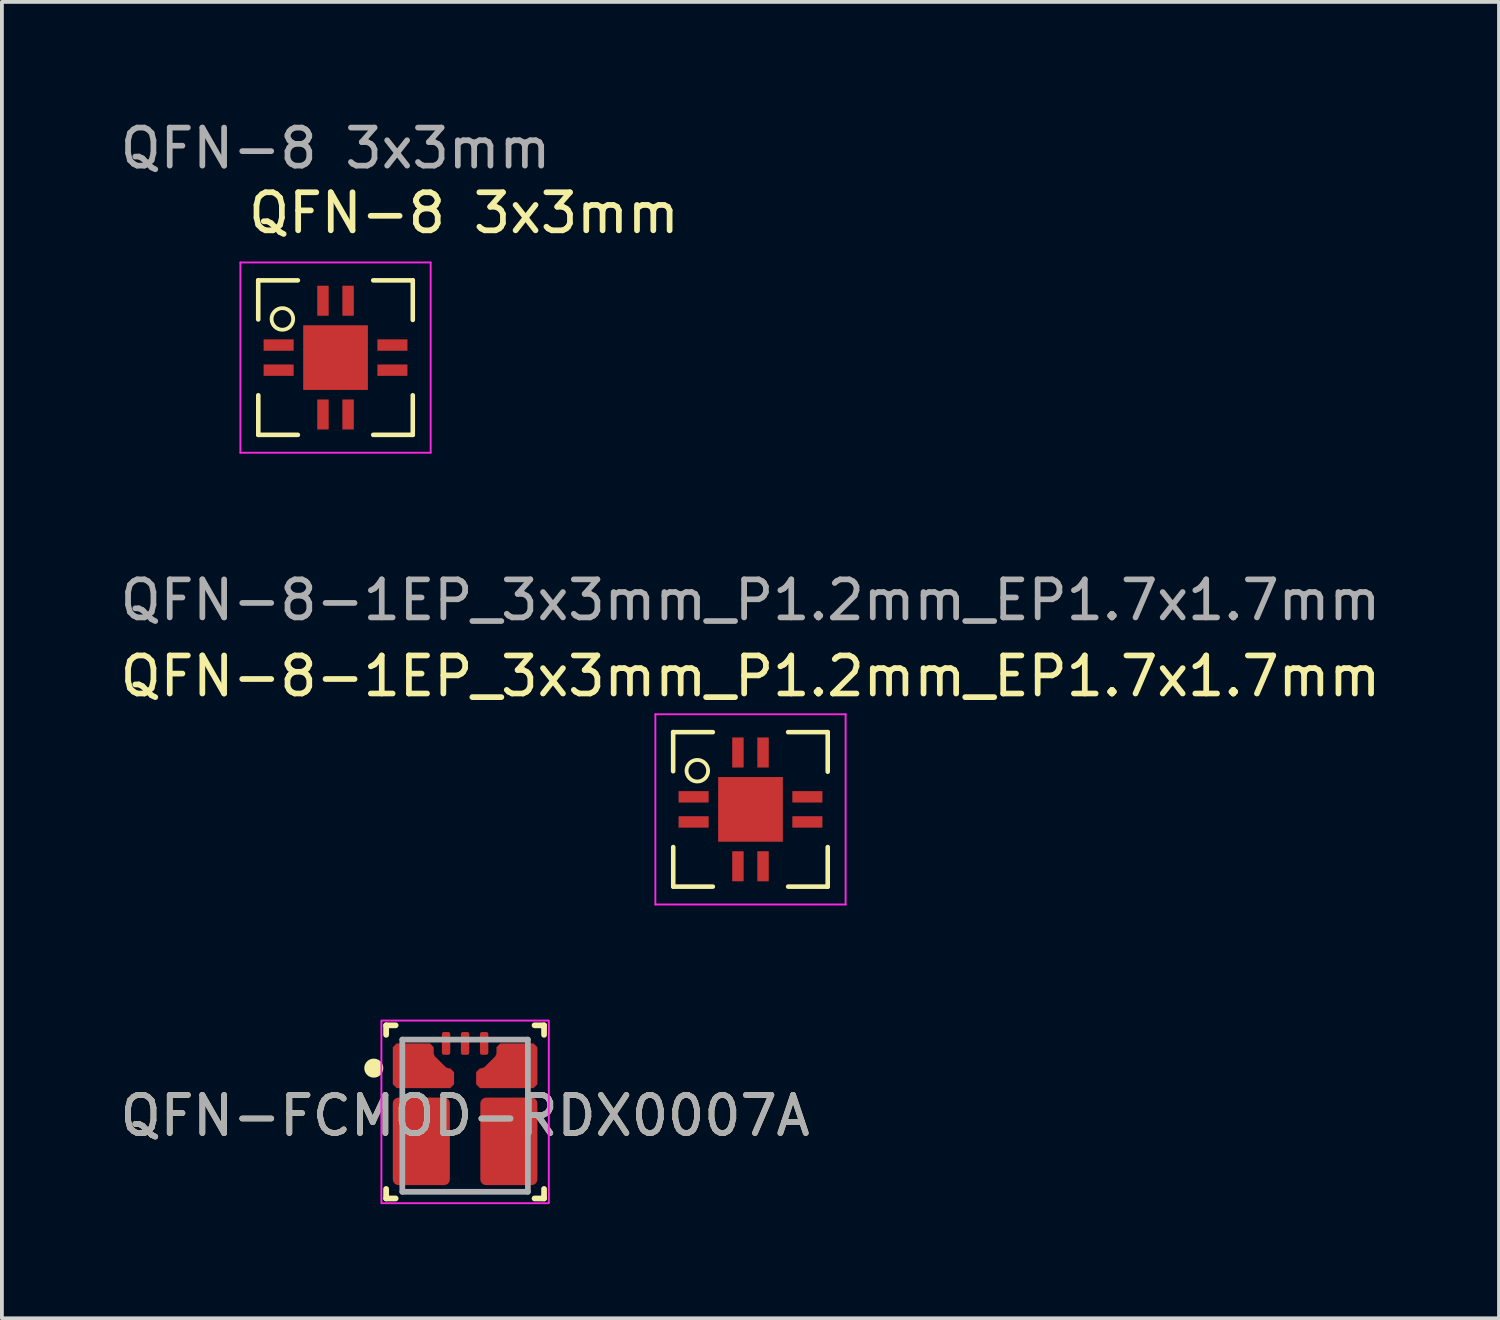
<source format=kicad_pcb>
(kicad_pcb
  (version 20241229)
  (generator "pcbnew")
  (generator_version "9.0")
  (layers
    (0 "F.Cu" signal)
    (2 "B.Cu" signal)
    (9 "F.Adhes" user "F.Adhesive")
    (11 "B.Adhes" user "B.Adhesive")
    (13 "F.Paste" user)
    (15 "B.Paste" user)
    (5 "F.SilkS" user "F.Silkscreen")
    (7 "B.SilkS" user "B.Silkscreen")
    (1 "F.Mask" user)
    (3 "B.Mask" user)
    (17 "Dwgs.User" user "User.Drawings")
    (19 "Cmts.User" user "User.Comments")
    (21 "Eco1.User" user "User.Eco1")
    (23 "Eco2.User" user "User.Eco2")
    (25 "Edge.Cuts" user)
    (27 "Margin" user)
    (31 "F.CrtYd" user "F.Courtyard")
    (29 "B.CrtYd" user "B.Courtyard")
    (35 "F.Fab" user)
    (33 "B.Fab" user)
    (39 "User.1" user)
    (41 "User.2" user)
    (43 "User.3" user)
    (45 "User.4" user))
  (footprint "QFN-8-1EP_3x3mm_P1.2mm_EP1.7x1.7mm"
    (layer "F.Cu")
    (at 16.673 18.221)
    (property "Reference" "QFN-8-1EP_3x3mm_P1.2mm_EP1.7x1.7mm" (at 0 -3.5 0) (layer "F.SilkS") (effects (font (size 1 1) (thickness 0.15))))
    (attr smd)
    (fp_line (start -2.032 -2.032) (end -2.032 -1.003) (stroke (width 0.12) (type default)) (layer "F.SilkS"))
    (fp_line (start -2.03 2.03) (end -2.03 0.99) (stroke (width 0.12) (type default)) (layer "F.SilkS"))
    (fp_line (start -0.99 -2.03) (end -2.032 -2.03) (stroke (width 0.12) (type default)) (layer "F.SilkS"))
    (fp_line (start -0.99 2.03) (end -2.03 2.03) (stroke (width 0.12) (type default)) (layer "F.SilkS"))
    (fp_line (start 0.99 -2.03) (end 2.03 -2.03) (stroke (width 0.12) (type default)) (layer "F.SilkS"))
    (fp_line (start 0.99 2.03) (end 2.03 2.03) (stroke (width 0.12) (type default)) (layer "F.SilkS"))
    (fp_line (start 2.03 -2.03) (end 2.03 -0.99) (stroke (width 0.12) (type default)) (layer "F.SilkS"))
    (fp_line (start 2.03 2.03) (end 2.03 0.99) (stroke (width 0.12) (type default)) (layer "F.SilkS"))
    (fp_circle (center -1.397 -1.016) (end -1.651 -1.143) (stroke (width 0.1) (type default)) (fill no) (layer "F.SilkS"))
    (fp_line (start -2.5 -2.5) (end 2.5 -2.5) (stroke (width 0.05) (type default)) (layer "F.CrtYd"))
    (fp_line (start -2.5 2.5) (end -2.5 -2.5) (stroke (width 0.05) (type default)) (layer "F.CrtYd"))
    (fp_line (start 2.5 -2.5) (end 2.5 2.5) (stroke (width 0.05) (type default)) (layer "F.CrtYd"))
    (fp_line (start 2.5 2.5) (end -2.5 2.5) (stroke (width 0.05) (type default)) (layer "F.CrtYd"))
    (fp_text user "${REFERENCE}" (at 0 -5.5 0) (layer "F.Fab") (effects (font (size 1 1) (thickness 0.15))))
    (pad "" smd rect (at -0.637 -0.637) (size 0.000001 0.000001) (layers "F.Paste"))
    (pad "" smd rect (at -0.637 -0.212) (size 0.000001 0.000001) (layers "F.Paste"))
    (pad "" smd rect (at -0.637 0.212) (size 0.000001 0.000001) (layers "F.Paste"))
    (pad "" smd rect (at -0.637 0.637) (size 0.000001 0.000001) (layers "F.Paste"))
    (pad "" smd rect (at -0.212 -0.637) (size 0.000001 0.000001) (layers "F.Paste"))
    (pad "" smd rect (at -0.212 -0.212) (size 0.000001 0.000001) (layers "F.Paste"))
    (pad "" smd rect (at -0.212 0.212) (size 0.000001 0.000001) (layers "F.Paste"))
    (pad "" smd rect (at -0.212 0.637) (size 0.000001 0.000001) (layers "F.Paste"))
    (pad "" smd rect (at 0.212 -0.637) (size 0.000001 0.000001) (layers "F.Paste"))
    (pad "" smd rect (at 0.212 -0.212) (size 0.000001 0.000001) (layers "F.Paste"))
    (pad "" smd rect (at 0.212 0.212) (size 0.000001 0.000001) (layers "F.Paste"))
    (pad "" smd rect (at 0.212 0.637) (size 0.000001 0.000001) (layers "F.Paste"))
    (pad "" smd rect (at 0.637 -0.637) (size 0.000001 0.000001) (layers "F.Paste"))
    (pad "" smd rect (at 0.637 -0.212) (size 0.000001 0.000001) (layers "F.Paste"))
    (pad "" smd rect (at 0.637 0.212) (size 0.000001 0.000001) (layers "F.Paste"))
    (pad "" smd rect (at 0.637 0.637) (size 0.000001 0.000001) (layers "F.Paste"))
    (pad "1" smd rect (at -1.495 -0.33 90) (size 0.3 0.79) (layers "F.Cu" "F.Mask" "F.Paste"))
    (pad "2" smd rect (at -1.495 0.33 90) (size 0.3 0.79) (layers "F.Cu" "F.Mask" "F.Paste"))
    (pad "3" smd rect (at -0.33 1.495) (size 0.3 0.79) (layers "F.Cu" "F.Mask" "F.Paste"))
    (pad "4" smd rect (at 0.33 1.495) (size 0.3 0.79) (layers "F.Cu" "F.Mask" "F.Paste"))
    (pad "5" smd rect (at 1.495 0.33 90) (size 0.3 0.79) (layers "F.Cu" "F.Mask" "F.Paste"))
    (pad "6" smd rect (at 1.495 -0.33 90) (size 0.3 0.79) (layers "F.Cu" "F.Mask" "F.Paste"))
    (pad "7" smd rect (at 0.33 -1.495) (size 0.3 0.79) (layers "F.Cu" "F.Mask" "F.Paste"))
    (pad "8" smd rect (at -0.33 -1.495) (size 0.3 0.79) (layers "F.Cu" "F.Mask" "F.Paste"))
    (pad "9" smd rect (at 0 0) (size 1.7 1.7) (layers "F.Cu" "F.Mask" "F.Paste")))
  (footprint "QFN-8 3x3mm"
    (layer "F.Cu")
    (at 5.768 6.348)
    (property "Reference" "QFN-8 3x3mm" (at 3.375 -3.8 0) (layer "F.SilkS") (effects (font (size 1 1) (thickness 0.15))))
    (attr smd)
    (fp_line (start -2.032 -2.032) (end -2.032 -1.003) (stroke (width 0.12) (type default)) (layer "F.SilkS"))
    (fp_line (start -2.03 2.03) (end -2.03 0.99) (stroke (width 0.12) (type default)) (layer "F.SilkS"))
    (fp_line (start -0.99 -2.03) (end -2.032 -2.03) (stroke (width 0.12) (type default)) (layer "F.SilkS"))
    (fp_line (start -0.99 2.03) (end -2.03 2.03) (stroke (width 0.12) (type default)) (layer "F.SilkS"))
    (fp_line (start 0.99 -2.03) (end 2.03 -2.03) (stroke (width 0.12) (type default)) (layer "F.SilkS"))
    (fp_line (start 0.99 2.03) (end 2.03 2.03) (stroke (width 0.12) (type default)) (layer "F.SilkS"))
    (fp_line (start 2.03 -2.03) (end 2.03 -0.99) (stroke (width 0.12) (type default)) (layer "F.SilkS"))
    (fp_line (start 2.03 2.03) (end 2.03 0.99) (stroke (width 0.12) (type default)) (layer "F.SilkS"))
    (fp_circle (center -1.397 -1.016) (end -1.651 -1.143) (stroke (width 0.1) (type default)) (fill no) (layer "F.SilkS"))
    (fp_line (start -2.5 -2.5) (end 2.5 -2.5) (stroke (width 0.05) (type default)) (layer "F.CrtYd"))
    (fp_line (start -2.5 2.5) (end -2.5 -2.5) (stroke (width 0.05) (type default)) (layer "F.CrtYd"))
    (fp_line (start 2.5 -2.5) (end 2.5 2.5) (stroke (width 0.05) (type default)) (layer "F.CrtYd"))
    (fp_line (start 2.5 2.5) (end -2.5 2.5) (stroke (width 0.05) (type default)) (layer "F.CrtYd"))
    (fp_text user "${REFERENCE}" (at 0 -5.5 0) (layer "F.Fab") (effects (font (size 1 1) (thickness 0.15))))
    (pad "" smd rect (at -0.637 -0.637) (size 0.000001 0.000001) (layers "F.Paste"))
    (pad "" smd rect (at -0.637 -0.212) (size 0.000001 0.000001) (layers "F.Paste"))
    (pad "" smd rect (at -0.637 0.212) (size 0.000001 0.000001) (layers "F.Paste"))
    (pad "" smd rect (at -0.637 0.637) (size 0.000001 0.000001) (layers "F.Paste"))
    (pad "" smd rect (at -0.212 -0.637) (size 0.000001 0.000001) (layers "F.Paste"))
    (pad "" smd rect (at -0.212 -0.212) (size 0.000001 0.000001) (layers "F.Paste"))
    (pad "" smd rect (at -0.212 0.212) (size 0.000001 0.000001) (layers "F.Paste"))
    (pad "" smd rect (at -0.212 0.637) (size 0.000001 0.000001) (layers "F.Paste"))
    (pad "" smd rect (at 0.212 -0.637) (size 0.000001 0.000001) (layers "F.Paste"))
    (pad "" smd rect (at 0.212 -0.212) (size 0.000001 0.000001) (layers "F.Paste"))
    (pad "" smd rect (at 0.212 0.212) (size 0.000001 0.000001) (layers "F.Paste"))
    (pad "" smd rect (at 0.212 0.637) (size 0.000001 0.000001) (layers "F.Paste"))
    (pad "" smd rect (at 0.637 -0.637) (size 0.000001 0.000001) (layers "F.Paste"))
    (pad "" smd rect (at 0.637 -0.212) (size 0.000001 0.000001) (layers "F.Paste"))
    (pad "" smd rect (at 0.637 0.212) (size 0.000001 0.000001) (layers "F.Paste"))
    (pad "" smd rect (at 0.637 0.637) (size 0.000001 0.000001) (layers "F.Paste"))
    (pad "1" smd rect (at -1.495 -0.33 90) (size 0.3 0.79) (layers "F.Cu" "F.Mask" "F.Paste"))
    (pad "2" smd rect (at -1.495 0.33 90) (size 0.3 0.79) (layers "F.Cu" "F.Mask" "F.Paste"))
    (pad "3" smd rect (at -0.33 1.495) (size 0.3 0.79) (layers "F.Cu" "F.Mask" "F.Paste"))
    (pad "4" smd rect (at 0.33 1.495) (size 0.3 0.79) (layers "F.Cu" "F.Mask" "F.Paste"))
    (pad "5" smd rect (at 1.495 0.33 90) (size 0.3 0.79) (layers "F.Cu" "F.Mask" "F.Paste"))
    (pad "6" smd rect (at 1.495 -0.33 90) (size 0.3 0.79) (layers "F.Cu" "F.Mask" "F.Paste"))
    (pad "7" smd rect (at 0.33 -1.495) (size 0.3 0.79) (layers "F.Cu" "F.Mask" "F.Paste"))
    (pad "8" smd rect (at -0.33 -1.495) (size 0.3 0.79) (layers "F.Cu" "F.Mask" "F.Paste"))
    (pad "9" smd rect (at 0 0) (size 1.7 1.7) (layers "F.Cu" "F.Mask" "F.Paste")))
  (footprint "QFN-FCMOD-RDX0007A"
    (layer "F.Cu")
    (at 9.173 26.271)
    (property "Reference" "QFN-FCMOD-RDX0007A" (at 0 0 0) (unlocked yes) (layer "F.SilkS") (effects (font (size 1 1) (thickness 0.15))))
    (attr through_hole)
    (fp_poly (pts (xy -0.44 -2.25) (xy -0.34 -2.15) (xy -0.34 -1.65) (xy -0.44 -1.55) (xy -0.56 -1.55) (xy -0.66 -1.65) (xy -0.66 -2.15) (xy -0.56 -2.25)) (stroke (width 0) (type solid)) (fill yes) (layer "F.Mask"))
    (fp_poly (pts (xy -0.16 -2.15) (xy -0.06 -2.25) (xy 0.06 -2.25) (xy 0.16 -2.15) (xy 0.16 -1.65) (xy 0.06 -1.55) (xy -0.06 -1.55) (xy -0.16 -1.65)) (stroke (width 0) (type solid)) (fill yes) (layer "F.Mask"))
    (fp_poly (pts (xy 0.56 -1.55) (xy 0.44 -1.55) (xy 0.34 -1.65) (xy 0.34 -2.15) (xy 0.44 -2.25) (xy 0.56 -2.25) (xy 0.66 -2.15) (xy 0.66 -1.65)) (stroke (width 0) (type solid)) (fill yes) (layer "F.Mask"))
    (fp_poly (pts (xy -0.925 -1.85) (xy -0.875 -1.8) (xy -0.875 -1.593) (xy -0.86 -1.557) (xy -0.513 -1.21) (xy -0.477 -1.195) (xy -0.39 -1.195) (xy -0.34 -1.145) (xy -0.34 -0.825) (xy -0.39 -0.775) (xy -1.4 -0.775) (xy -1.45 -0.825) (xy -1.5 -0.875) (xy -1.8 -0.875) (xy -1.85 -0.925) (xy -1.85 -1.075) (xy -1.8 -1.125) (xy -1.5 -1.125) (xy -1.45 -1.175) (xy -1.45 -1.325) (xy -1.5 -1.375) (xy -1.8 -1.375) (xy -1.85 -1.425) (xy -1.85 -1.575) (xy -1.8 -1.625) (xy -1.5 -1.625) (xy -1.45 -1.675) (xy -1.45 -1.8) (xy -1.4 -1.85)) (stroke (width 0) (type solid)) (fill yes) (layer "F.Mask"))
    (fp_poly (pts (xy 0.925 -1.85) (xy 0.875 -1.8) (xy 0.875 -1.593) (xy 0.86 -1.557) (xy 0.513 -1.21) (xy 0.477 -1.195) (xy 0.39 -1.195) (xy 0.34 -1.145) (xy 0.34 -0.825) (xy 0.39 -0.775) (xy 1.4 -0.775) (xy 1.45 -0.825) (xy 1.5 -0.875) (xy 1.8 -0.875) (xy 1.85 -0.925) (xy 1.85 -1.075) (xy 1.8 -1.125) (xy 1.5 -1.125) (xy 1.45 -1.175) (xy 1.45 -1.325) (xy 1.5 -1.375) (xy 1.8 -1.375) (xy 1.85 -1.425) (xy 1.85 -1.575) (xy 1.8 -1.625) (xy 1.5 -1.625) (xy 1.45 -1.675) (xy 1.45 -1.8) (xy 1.4 -1.85)) (stroke (width 0) (type solid)) (fill yes) (layer "F.Mask"))
    (fp_poly (pts (xy -0.5 -0.425) (xy -0.45 -0.375) (xy -0.45 1.725) (xy -0.5 1.775) (xy -1.4 1.775) (xy -1.45 1.725) (xy -1.45 1.59) (xy -1.5 1.54) (xy -1.8 1.54) (xy -1.85 1.49) (xy -1.85 1.34) (xy -1.8 1.29) (xy -1.5 1.29) (xy -1.45 1.24) (xy -1.45 1.09) (xy -1.5 1.04) (xy -1.8 1.04) (xy -1.85 0.99) (xy -1.85 0.84) (xy -1.8 0.79) (xy -1.5 0.79) (xy -1.45 0.74) (xy -1.45 0.59) (xy -1.5 0.54) (xy -1.8 0.54) (xy -1.85 0.49) (xy -1.85 0.34) (xy -1.8 0.29) (xy -1.5 0.29) (xy -1.45 0.24) (xy -1.45 0.09) (xy -1.5 0.04) (xy -1.8 0.04) (xy -1.85 -0.01) (xy -1.85 -0.16) (xy -1.8 -0.21) (xy -1.5 -0.21) (xy -1.45 -0.26) (xy -1.45 -0.375) (xy -1.4 -0.425)) (stroke (width 0) (type solid)) (fill yes) (layer "F.Mask"))
    (fp_poly (pts (xy 0.5 -0.425) (xy 0.45 -0.375) (xy 0.45 1.725) (xy 0.5 1.775) (xy 1.4 1.775) (xy 1.45 1.725) (xy 1.45 1.59) (xy 1.5 1.54) (xy 1.8 1.54) (xy 1.85 1.49) (xy 1.85 1.34) (xy 1.8 1.29) (xy 1.5 1.29) (xy 1.45 1.24) (xy 1.45 1.09) (xy 1.5 1.04) (xy 1.8 1.04) (xy 1.85 0.99) (xy 1.85 0.84) (xy 1.8 0.79) (xy 1.5 0.79) (xy 1.45 0.74) (xy 1.45 0.59) (xy 1.5 0.54) (xy 1.8 0.54) (xy 1.85 0.49) (xy 1.85 0.34) (xy 1.8 0.29) (xy 1.5 0.29) (xy 1.45 0.24) (xy 1.45 0.09) (xy 1.5 0.04) (xy 1.8 0.04) (xy 1.85 -0.01) (xy 1.85 -0.16) (xy 1.8 -0.21) (xy 1.5 -0.21) (xy 1.45 -0.26) (xy 1.45 -0.375) (xy 1.4 -0.425)) (stroke (width 0) (type solid)) (fill yes) (layer "F.Mask"))
    (fp_line (start -2.075 -2.375) (end -1.825 -2.375) (stroke (width 0.15) (type solid)) (layer "F.SilkS"))
    (fp_line (start -2.075 -2.125) (end -2.075 -2.375) (stroke (width 0.15) (type solid)) (layer "F.SilkS"))
    (fp_line (start -2.075 2.175) (end -2.075 1.925) (stroke (width 0.15) (type solid)) (layer "F.SilkS"))
    (fp_line (start -2.075 2.175) (end -1.825 2.175) (stroke (width 0.15) (type solid)) (layer "F.SilkS"))
    (fp_line (start 1.825 -2.375) (end 2.075 -2.375) (stroke (width 0.15) (type solid)) (layer "F.SilkS"))
    (fp_line (start 1.825 2.175) (end 2.075 2.175) (stroke (width 0.15) (type solid)) (layer "F.SilkS"))
    (fp_line (start 2.075 -2.125) (end 2.075 -2.375) (stroke (width 0.15) (type solid)) (layer "F.SilkS"))
    (fp_line (start 2.075 2.175) (end 2.075 1.925) (stroke (width 0.15) (type solid)) (layer "F.SilkS"))
    (fp_circle (center -2.4 -1.25) (end -2.275 -1.25) (stroke (width 0.25) (type solid)) (fill no) (layer "F.SilkS"))
    (fp_poly (pts (xy -1.85 -1.575) (xy -1.8 -1.625) (xy -1.45 -1.625) (xy -1.4 -1.575) (xy -1.4 -1.425) (xy -1.45 -1.375) (xy -1.8 -1.375) (xy -1.85 -1.425)) (stroke (width 0) (type solid)) (fill yes) (layer "F.Paste"))
    (fp_poly (pts (xy -1.8 -1.125) (xy -1.45 -1.125) (xy -1.4 -1.075) (xy -1.4 -0.925) (xy -1.45 -0.875) (xy -1.8 -0.875) (xy -1.85 -0.925) (xy -1.85 -1.075)) (stroke (width 0) (type solid)) (fill yes) (layer "F.Paste"))
    (fp_poly (pts (xy 1.85 -1.575) (xy 1.85 -1.425) (xy 1.8 -1.375) (xy 1.45 -1.375) (xy 1.4 -1.425) (xy 1.4 -1.575) (xy 1.45 -1.625) (xy 1.8 -1.625)) (stroke (width 0) (type solid)) (fill yes) (layer "F.Paste"))
    (fp_poly (pts (xy 1.85 -1.075) (xy 1.85 -0.925) (xy 1.8 -0.875) (xy 1.45 -0.875) (xy 1.4 -0.925) (xy 1.4 -1.075) (xy 1.45 -1.125) (xy 1.8 -1.125)) (stroke (width 0) (type solid)) (fill yes) (layer "F.Paste"))
    (fp_poly (pts (xy -0.95 -1.84) (xy -0.9 -1.79) (xy -0.9 -1.596) (xy -0.885 -1.56) (xy -0.525 -1.2) (xy -0.489 -1.185) (xy -0.4 -1.185) (xy -0.35 -1.135) (xy -0.35 -0.835) (xy -0.4 -0.785) (xy -1.15 -0.785) (xy -1.2 -0.835) (xy -1.2 -1.79) (xy -1.15 -1.84)) (stroke (width 0) (type solid)) (fill yes) (layer "F.Paste"))
    (fp_poly (pts (xy 0.95 -1.84) (xy 0.9 -1.79) (xy 0.9 -1.596) (xy 0.885 -1.56) (xy 0.525 -1.2) (xy 0.489 -1.185) (xy 0.4 -1.185) (xy 0.35 -1.135) (xy 0.35 -0.835) (xy 0.4 -0.785) (xy 1.15 -0.785) (xy 1.2 -0.835) (xy 1.2 -1.79) (xy 1.15 -1.84)) (stroke (width 0) (type solid)) (fill yes) (layer "F.Paste"))
    (fp_poly (pts (xy -0.46 1.655) (xy -0.51 1.705) (xy -1.35 1.705) (xy -1.4 1.655) (xy -1.4 1.59) (xy -1.45 1.54) (xy -1.8 1.54) (xy -1.85 1.49) (xy -1.85 1.34) (xy -1.8 1.29) (xy -1.3 1.29) (xy -1.25 1.24) (xy -1.25 1.09) (xy -1.3 1.04) (xy -1.8 1.04) (xy -1.85 0.99) (xy -1.85 0.84) (xy -1.8 0.79) (xy -1.3 0.79) (xy -1.25 0.74) (xy -1.25 0.59) (xy -1.3 0.54) (xy -1.8 0.54) (xy -1.85 0.49) (xy -1.85 0.34) (xy -1.8 0.29) (xy -1.3 0.29) (xy -1.25 0.24) (xy -1.25 0.09) (xy -1.3 0.04) (xy -1.8 0.04) (xy -1.85 -0.01) (xy -1.85 -0.16) (xy -1.8 -0.21) (xy -1.45 -0.21) (xy -1.4 -0.26) (xy -1.4 -0.325) (xy -1.35 -0.375) (xy -0.51 -0.375) (xy -0.46 -0.325) (xy -0.46 0.015) (xy -0.51 0.065) (xy -0.88 0.065) (xy -0.93 0.115) (xy -0.93 0.215) (xy -0.88 0.265) (xy -0.51 0.265) (xy -0.46 0.315) (xy -0.46 0.515) (xy -0.51 0.565) (xy -0.88 0.565) (xy -0.93 0.615) (xy -0.93 0.715) (xy -0.88 0.765) (xy -0.51 0.765) (xy -0.46 0.815) (xy -0.46 1.015) (xy -0.51 1.065) (xy -0.88 1.065) (xy -0.93 1.115) (xy -0.93 1.215) (xy -0.88 1.265) (xy -0.51 1.265) (xy -0.46 1.315)) (stroke (width 0) (type solid)) (fill yes) (layer "F.Paste"))
    (fp_poly (pts (xy 0.46 1.655) (xy 0.51 1.705) (xy 1.35 1.705) (xy 1.4 1.655) (xy 1.4 1.59) (xy 1.45 1.54) (xy 1.8 1.54) (xy 1.85 1.49) (xy 1.85 1.34) (xy 1.8 1.29) (xy 1.3 1.29) (xy 1.25 1.24) (xy 1.25 1.09) (xy 1.3 1.04) (xy 1.8 1.04) (xy 1.85 0.99) (xy 1.85 0.84) (xy 1.8 0.79) (xy 1.3 0.79) (xy 1.25 0.74) (xy 1.25 0.59) (xy 1.3 0.54) (xy 1.8 0.54) (xy 1.85 0.49) (xy 1.85 0.34) (xy 1.8 0.29) (xy 1.3 0.29) (xy 1.25 0.24) (xy 1.25 0.09) (xy 1.3 0.04) (xy 1.8 0.04) (xy 1.85 -0.01) (xy 1.85 -0.16) (xy 1.8 -0.21) (xy 1.45 -0.21) (xy 1.4 -0.26) (xy 1.4 -0.325) (xy 1.35 -0.375) (xy 0.51 -0.375) (xy 0.46 -0.325) (xy 0.46 0.015) (xy 0.51 0.065) (xy 0.88 0.065) (xy 0.93 0.115) (xy 0.93 0.215) (xy 0.88 0.265) (xy 0.51 0.265) (xy 0.46 0.315) (xy 0.46 0.515) (xy 0.51 0.565) (xy 0.88 0.565) (xy 0.93 0.615) (xy 0.93 0.715) (xy 0.88 0.765) (xy 0.51 0.765) (xy 0.46 0.815) (xy 0.46 1.015) (xy 0.51 1.065) (xy 0.88 1.065) (xy 0.93 1.115) (xy 0.93 1.215) (xy 0.88 1.265) (xy 0.51 1.265) (xy 0.46 1.315)) (stroke (width 0) (type solid)) (fill yes) (layer "F.Paste"))
    (fp_rect (start -2.2 -2.5) (end 2.2 2.3) (stroke (width 0.05) (type default)) (fill no) (layer "F.CrtYd"))
    (fp_line (start -1.65 -2) (end 1.65 -2) (stroke (width 0.15) (type solid)) (layer "F.Fab"))
    (fp_line (start -1.65 2) (end -1.65 -2) (stroke (width 0.15) (type solid)) (layer "F.Fab"))
    (fp_line (start -1.65 2) (end 1.65 2) (stroke (width 0.15) (type solid)) (layer "F.Fab"))
    (fp_line (start 1.65 2) (end 1.65 -2) (stroke (width 0.15) (type solid)) (layer "F.Fab"))
    (fp_text user "${REFERENCE}" (at 0 0 0) (unlocked yes) (layer "F.Fab") (effects (font (size 1 1) (thickness 0.15))))
    (pad "1" smd custom (at -1.312 -1.312) (size 1.025 1.025) (layers "F.Cu") (options (anchor circle)) (primitives (gr_poly (pts (xy -0.588 -0.487) (xy -0.487 -0.588) (xy 0.388 -0.588) (xy 0.487 -0.487) (xy 0.487 -0.322) (xy 0.516 -0.251) (xy 0.805 0.038) (xy 0.876 0.068) (xy 0.922 0.067) (xy 1.022 0.168) (xy 1.022 0.487) (xy 0.922 0.587) (xy -0.487 0.587) (xy -0.588 0.487)) (width 0) (fill yes))))
    (pad "2" smd roundrect (at -1.15 0.675) (size 1.5 2.3) (layers "F.Cu") (roundrect_rratio 0.1))
    (pad "3" smd roundrect (at 1.15 0.675) (size 1.5 2.3) (layers "F.Cu") (roundrect_rratio 0.1))
    (pad "4" smd custom (at 1.281 -1.276) (size 0.991 0.991) (layers "F.Cu") (options (anchor circle)) (primitives (gr_poly (pts (xy 0.619 -0.524) (xy 0.519 -0.624) (xy -0.356 -0.624) (xy -0.456 -0.524) (xy -0.456 -0.358) (xy -0.485 -0.287) (xy -0.774 0.002) (xy -0.845 0.031) (xy -0.891 0.031) (xy -0.991 0.131) (xy -0.991 0.451) (xy -0.891 0.551) (xy 0.519 0.551) (xy 0.619 0.451)) (width 0) (fill yes))))
    (pad "5" smd roundrect (at 0.5 -1.9) (size 0.22 0.6) (layers "F.Cu" "F.Paste") (roundrect_rratio 0.25))
    (pad "6" smd roundrect (at 0 -1.9) (size 0.22 0.6) (layers "F.Cu" "F.Paste") (roundrect_rratio 0.25))
    (pad "7" smd roundrect (at -0.5 -1.9) (size 0.22 0.6) (layers "F.Cu" "F.Paste") (roundrect_rratio 0.25))
    (zone (net_name "") (layer "F.Cu") (hatch full 0.1) (connect_pads) (min_thickness 0.25) (filled_areas_thickness no) (keepout (tracks not_allowed) (vias not_allowed) (pads not_allowed) (copperpour not_allowed) (footprints allowed)) (placement (enabled no)) (fill) (polygon (pts (xy 8.973 24.976) (xy 9.373 24.976) (xy 9.373 25.596) (xy 8.973 25.596)))))
  (gr_rect
    (start -3 -3)
    (end 36.345 31.596)
    (stroke (width 0.1) (type default))
    (fill no)
    (layer "Edge.Cuts")))
</source>
